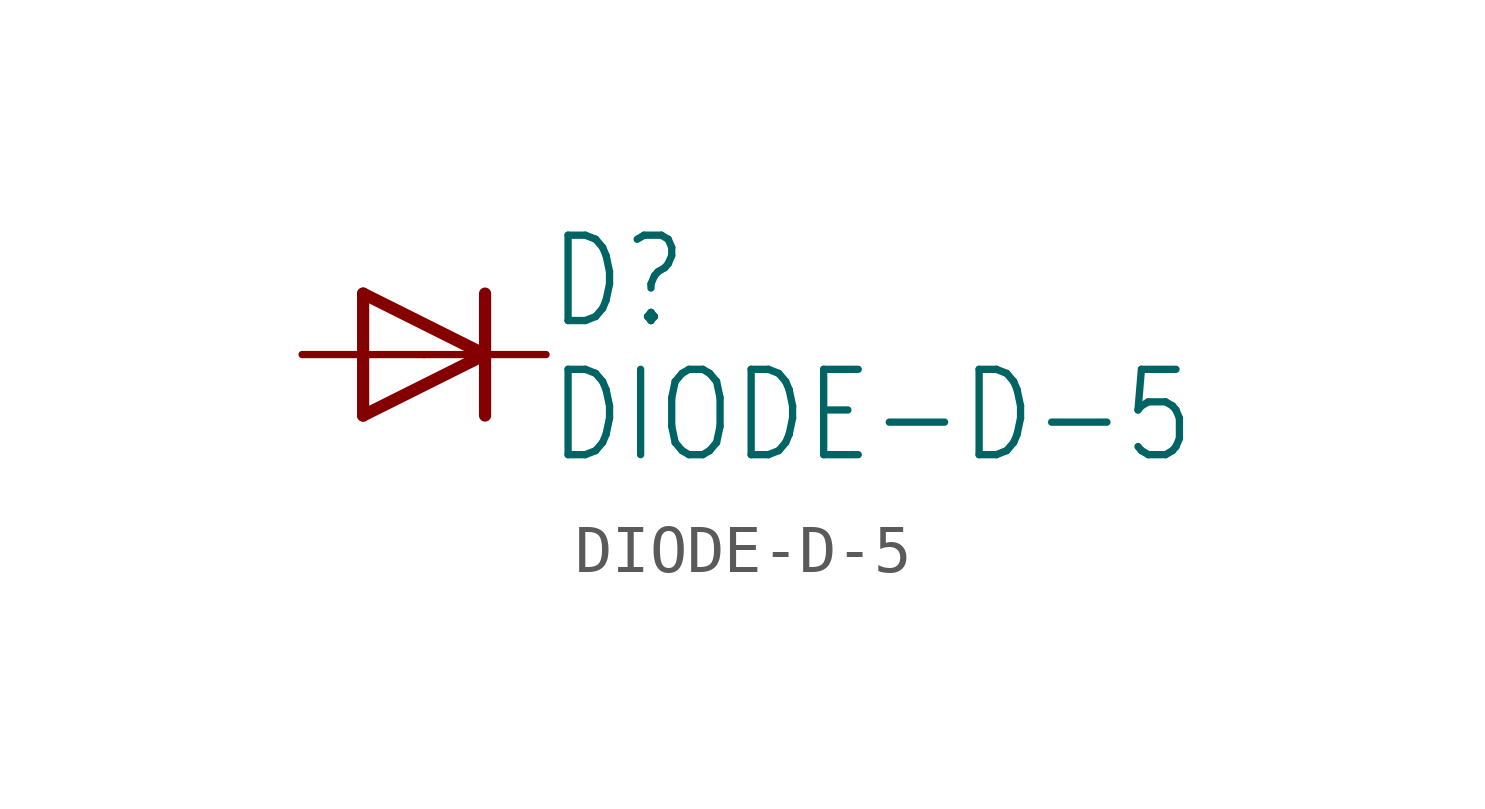
<source format=kicad_sym>
(kicad_symbol_lib
  (version 20211014)
  (generator kicad_symbol_editor)
  (symbol "DIODE-D-5"
    (property "Reference" "D"
      (at 2.54 0.483 0)
      (effects (font (size 1.778 1.511)) (justify left bottom)))
    (property "Value" "DIODE-D-5"
      (at 2.54 -2.311 0)
      (effects (font (size 1.778 1.511)) (justify left bottom)))
    (property "ki_locked" ""
      (at 0 0 0)
      (effects (font (size 1.27 1.27))))
    (symbol "DIODE-D-5_1_0"
      (polyline (pts (xy -1.27 -1.27) (xy 1.27 0)) (stroke (width 0.254) (type default) (color 0 0 0 0)) (fill (type none)))
      (polyline (pts (xy -1.27 1.27) (xy -1.27 -1.27)) (stroke (width 0.254) (type default) (color 0 0 0 0)) (fill (type none)))
      (polyline (pts (xy 1.27 0) (xy -1.27 1.27)) (stroke (width 0.254) (type default) (color 0 0 0 0)) (fill (type none)))
      (polyline (pts (xy 1.27 0) (xy 1.27 -1.27)) (stroke (width 0.254) (type default) (color 0 0 0 0)) (fill (type none)))
      (polyline (pts (xy 1.27 1.27) (xy 1.27 0)) (stroke (width 0.254) (type default) (color 0 0 0 0)) (fill (type none)))
      (pin passive line (at -2.54 0 0) (length 2.54) (name "A" (effects (font (size 0 0)))) (number "A" (effects (font (size 0 0)))))
      (pin passive line (at 2.54 0 180) (length 2.54) (name "C" (effects (font (size 0 0)))) (number "C" (effects (font (size 0 0))))))))
</source>
